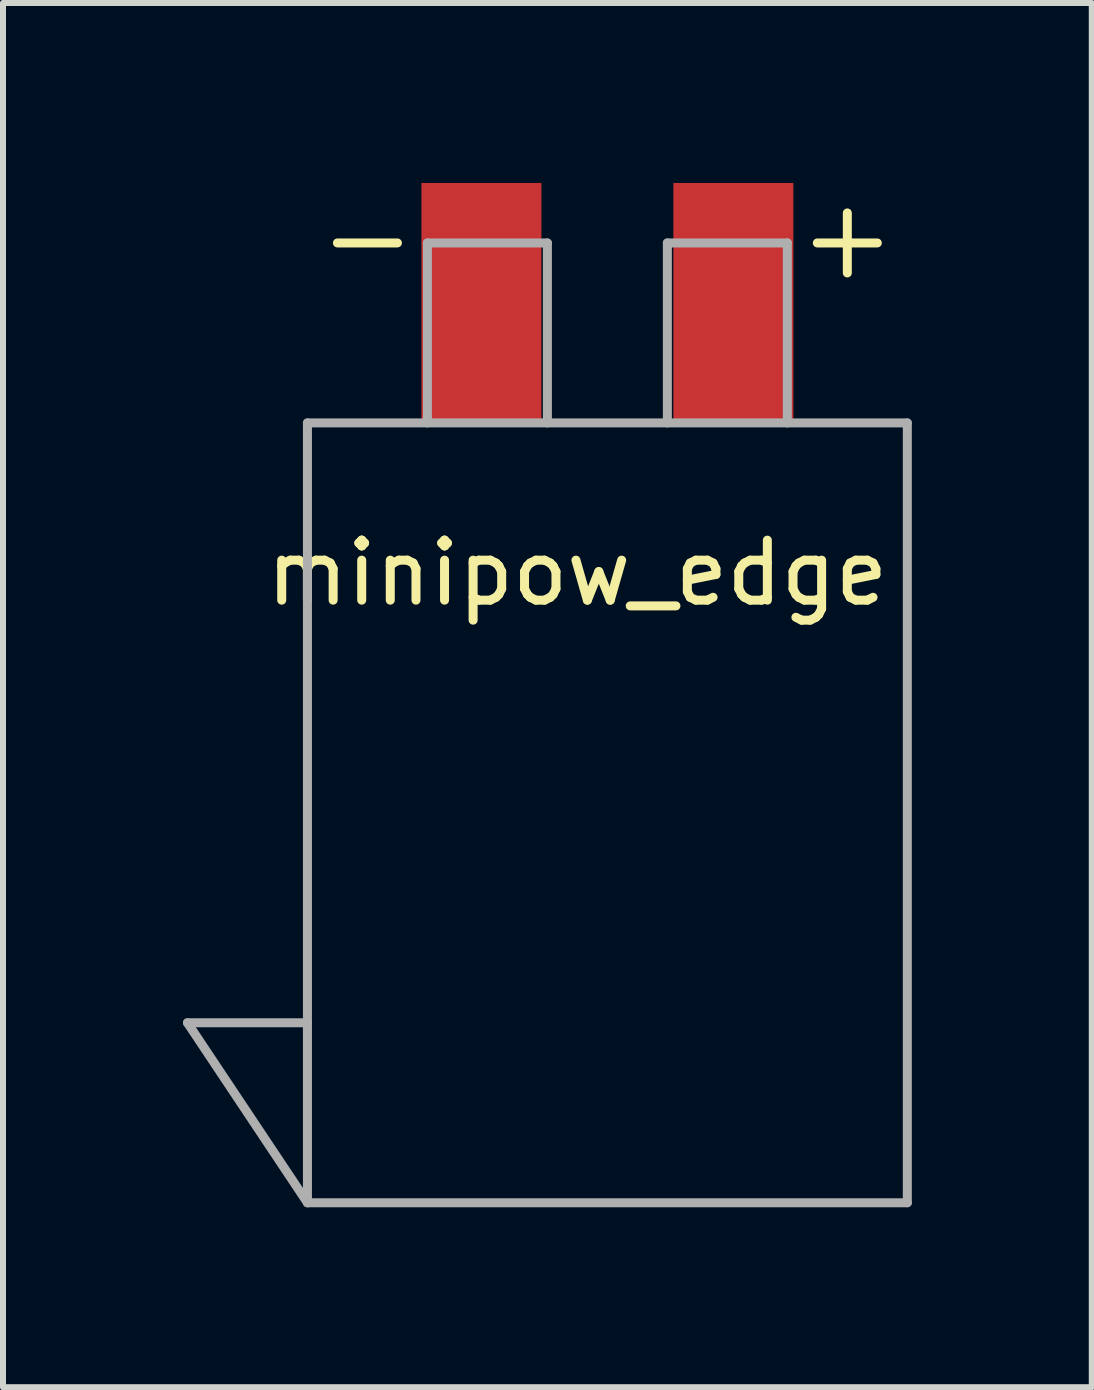
<source format=kicad_pcb>
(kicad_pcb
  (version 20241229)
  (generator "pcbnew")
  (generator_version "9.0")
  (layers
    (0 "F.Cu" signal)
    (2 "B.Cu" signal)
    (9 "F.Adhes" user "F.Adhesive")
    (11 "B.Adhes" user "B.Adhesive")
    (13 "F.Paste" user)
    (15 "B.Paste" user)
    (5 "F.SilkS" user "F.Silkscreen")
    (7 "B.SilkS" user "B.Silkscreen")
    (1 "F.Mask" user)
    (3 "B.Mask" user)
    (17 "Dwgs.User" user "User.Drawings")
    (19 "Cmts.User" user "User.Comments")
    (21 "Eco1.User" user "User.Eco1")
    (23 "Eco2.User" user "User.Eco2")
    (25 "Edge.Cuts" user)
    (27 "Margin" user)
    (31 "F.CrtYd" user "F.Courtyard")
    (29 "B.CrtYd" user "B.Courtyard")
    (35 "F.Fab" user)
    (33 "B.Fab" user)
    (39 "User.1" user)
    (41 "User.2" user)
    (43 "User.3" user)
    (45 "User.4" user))
  (footprint "minipow_edge"
    (layer "F.Cu")
    (at 7.075 4)
    (property "Reference" "minipow_edge" (at -0.5 2.5 0) (layer "F.SilkS") (effects (font (size 1 1) (thickness 0.15))))
    (attr through_hole)
    (fp_line (start -4.5 -3) (end -3.5 -3) (stroke (width 0.15) (type solid)) (layer "F.SilkS"))
    (fp_line (start 3.5 -3) (end 4.5 -3) (stroke (width 0.15) (type solid)) (layer "F.SilkS"))
    (fp_line (start 4 -3.5) (end 4 -2.5) (stroke (width 0.15) (type solid)) (layer "F.SilkS"))
    (fp_line (start -7 10) (end -5 10) (stroke (width 0.15) (type solid)) (layer "F.Fab"))
    (fp_line (start -5 0) (end 5 0) (stroke (width 0.15) (type solid)) (layer "F.Fab"))
    (fp_line (start -5 13) (end -7 10) (stroke (width 0.15) (type solid)) (layer "F.Fab"))
    (fp_line (start -5 13) (end -5 0) (stroke (width 0.15) (type solid)) (layer "F.Fab"))
    (fp_line (start -3 -3) (end -1 -3) (stroke (width 0.15) (type solid)) (layer "F.Fab"))
    (fp_line (start -3 0) (end -3 -3) (stroke (width 0.15) (type solid)) (layer "F.Fab"))
    (fp_line (start -1 -3) (end -1 0) (stroke (width 0.15) (type solid)) (layer "F.Fab"))
    (fp_line (start 1 -3) (end 3 -3) (stroke (width 0.15) (type solid)) (layer "F.Fab"))
    (fp_line (start 1 0) (end 1 -3) (stroke (width 0.15) (type solid)) (layer "F.Fab"))
    (fp_line (start 3 -3) (end 3 0) (stroke (width 0.15) (type solid)) (layer "F.Fab"))
    (fp_line (start 5 0) (end 5 13) (stroke (width 0.15) (type solid)) (layer "F.Fab"))
    (fp_line (start 5 13) (end -5 13) (stroke (width 0.15) (type solid)) (layer "F.Fab"))
    (pad "1" smd rect (at -2.1 -2) (size 2 4) (layers "F.Cu" "F.Mask"))
    (pad "2" smd rect (at 2.1 -2) (size 2 4) (layers "F.Cu" "F.Mask")))
  (gr_rect
    (start -3 -3)
    (end 15.15 20.075)
    (stroke (width 0.1) (type default))
    (fill no)
    (layer "Edge.Cuts")))
</source>
